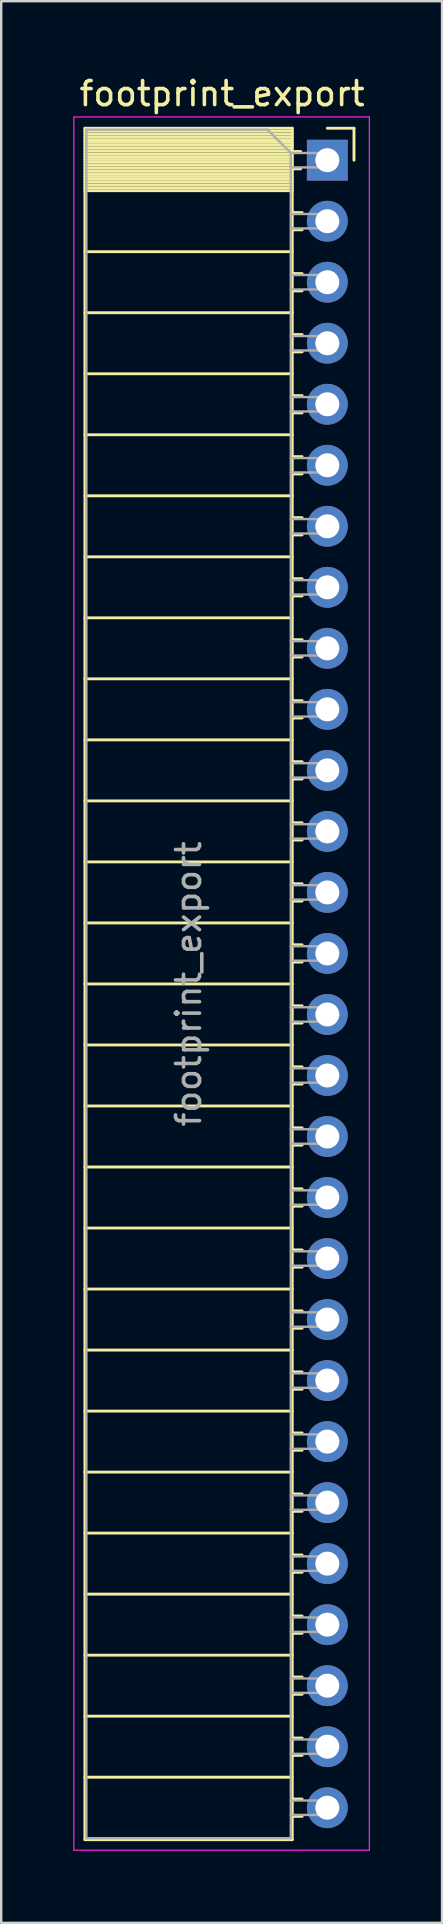
<source format=kicad_pcb>
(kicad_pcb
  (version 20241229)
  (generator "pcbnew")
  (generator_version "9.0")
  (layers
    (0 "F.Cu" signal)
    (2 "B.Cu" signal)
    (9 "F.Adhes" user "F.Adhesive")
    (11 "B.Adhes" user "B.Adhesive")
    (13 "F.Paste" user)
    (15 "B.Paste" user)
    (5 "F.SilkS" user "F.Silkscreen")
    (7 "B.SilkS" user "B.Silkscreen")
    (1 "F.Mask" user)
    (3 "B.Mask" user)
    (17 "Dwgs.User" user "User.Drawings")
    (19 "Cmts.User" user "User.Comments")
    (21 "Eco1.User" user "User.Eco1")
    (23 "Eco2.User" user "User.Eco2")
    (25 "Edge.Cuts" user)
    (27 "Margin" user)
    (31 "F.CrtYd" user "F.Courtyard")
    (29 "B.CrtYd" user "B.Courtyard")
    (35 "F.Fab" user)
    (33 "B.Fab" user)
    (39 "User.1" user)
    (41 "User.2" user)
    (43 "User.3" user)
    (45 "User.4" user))
  (footprint "footprint_export"
    (layer "F.Cu")
    (at 10.575 3.618)
    (property "Reference" "footprint_export" (at -4.38 -2.77 0) (layer "F.SilkS") (effects (font (size 1 1) (thickness 0.15))))
    (attr through_hole)
    (fp_line (start -10.09 -1.33) (end -10.09 69.91) (stroke (width 0.12) (type solid)) (layer "F.SilkS"))
    (fp_line (start -10.09 -1.33) (end -1.46 -1.33) (stroke (width 0.12) (type solid)) (layer "F.SilkS"))
    (fp_line (start -10.09 -1.21) (end -1.46 -1.21) (stroke (width 0.12) (type solid)) (layer "F.SilkS"))
    (fp_line (start -10.09 -1.092) (end -1.46 -1.092) (stroke (width 0.12) (type solid)) (layer "F.SilkS"))
    (fp_line (start -10.09 -0.974) (end -1.46 -0.974) (stroke (width 0.12) (type solid)) (layer "F.SilkS"))
    (fp_line (start -10.09 -0.856) (end -1.46 -0.856) (stroke (width 0.12) (type solid)) (layer "F.SilkS"))
    (fp_line (start -10.09 -0.738) (end -1.46 -0.738) (stroke (width 0.12) (type solid)) (layer "F.SilkS"))
    (fp_line (start -10.09 -0.62) (end -1.46 -0.62) (stroke (width 0.12) (type solid)) (layer "F.SilkS"))
    (fp_line (start -10.09 -0.501) (end -1.46 -0.501) (stroke (width 0.12) (type solid)) (layer "F.SilkS"))
    (fp_line (start -10.09 -0.383) (end -1.46 -0.383) (stroke (width 0.12) (type solid)) (layer "F.SilkS"))
    (fp_line (start -10.09 -0.265) (end -1.46 -0.265) (stroke (width 0.12) (type solid)) (layer "F.SilkS"))
    (fp_line (start -10.09 -0.147) (end -1.46 -0.147) (stroke (width 0.12) (type solid)) (layer "F.SilkS"))
    (fp_line (start -10.09 -0.029) (end -1.46 -0.029) (stroke (width 0.12) (type solid)) (layer "F.SilkS"))
    (fp_line (start -10.09 0.089) (end -1.46 0.089) (stroke (width 0.12) (type solid)) (layer "F.SilkS"))
    (fp_line (start -10.09 0.207) (end -1.46 0.207) (stroke (width 0.12) (type solid)) (layer "F.SilkS"))
    (fp_line (start -10.09 0.325) (end -1.46 0.325) (stroke (width 0.12) (type solid)) (layer "F.SilkS"))
    (fp_line (start -10.09 0.443) (end -1.46 0.443) (stroke (width 0.12) (type solid)) (layer "F.SilkS"))
    (fp_line (start -10.09 0.561) (end -1.46 0.561) (stroke (width 0.12) (type solid)) (layer "F.SilkS"))
    (fp_line (start -10.09 0.68) (end -1.46 0.68) (stroke (width 0.12) (type solid)) (layer "F.SilkS"))
    (fp_line (start -10.09 0.798) (end -1.46 0.798) (stroke (width 0.12) (type solid)) (layer "F.SilkS"))
    (fp_line (start -10.09 0.916) (end -1.46 0.916) (stroke (width 0.12) (type solid)) (layer "F.SilkS"))
    (fp_line (start -10.09 1.034) (end -1.46 1.034) (stroke (width 0.12) (type solid)) (layer "F.SilkS"))
    (fp_line (start -10.09 1.152) (end -1.46 1.152) (stroke (width 0.12) (type solid)) (layer "F.SilkS"))
    (fp_line (start -10.09 1.27) (end -1.46 1.27) (stroke (width 0.12) (type solid)) (layer "F.SilkS"))
    (fp_line (start -10.09 3.81) (end -1.46 3.81) (stroke (width 0.12) (type solid)) (layer "F.SilkS"))
    (fp_line (start -10.09 6.35) (end -1.46 6.35) (stroke (width 0.12) (type solid)) (layer "F.SilkS"))
    (fp_line (start -10.09 8.89) (end -1.46 8.89) (stroke (width 0.12) (type solid)) (layer "F.SilkS"))
    (fp_line (start -10.09 11.43) (end -1.46 11.43) (stroke (width 0.12) (type solid)) (layer "F.SilkS"))
    (fp_line (start -10.09 13.97) (end -1.46 13.97) (stroke (width 0.12) (type solid)) (layer "F.SilkS"))
    (fp_line (start -10.09 16.51) (end -1.46 16.51) (stroke (width 0.12) (type solid)) (layer "F.SilkS"))
    (fp_line (start -10.09 19.05) (end -1.46 19.05) (stroke (width 0.12) (type solid)) (layer "F.SilkS"))
    (fp_line (start -10.09 21.59) (end -1.46 21.59) (stroke (width 0.12) (type solid)) (layer "F.SilkS"))
    (fp_line (start -10.09 24.13) (end -1.46 24.13) (stroke (width 0.12) (type solid)) (layer "F.SilkS"))
    (fp_line (start -10.09 26.67) (end -1.46 26.67) (stroke (width 0.12) (type solid)) (layer "F.SilkS"))
    (fp_line (start -10.09 29.21) (end -1.46 29.21) (stroke (width 0.12) (type solid)) (layer "F.SilkS"))
    (fp_line (start -10.09 31.75) (end -1.46 31.75) (stroke (width 0.12) (type solid)) (layer "F.SilkS"))
    (fp_line (start -10.09 34.29) (end -1.46 34.29) (stroke (width 0.12) (type solid)) (layer "F.SilkS"))
    (fp_line (start -10.09 36.83) (end -1.46 36.83) (stroke (width 0.12) (type solid)) (layer "F.SilkS"))
    (fp_line (start -10.09 39.37) (end -1.46 39.37) (stroke (width 0.12) (type solid)) (layer "F.SilkS"))
    (fp_line (start -10.09 41.91) (end -1.46 41.91) (stroke (width 0.12) (type solid)) (layer "F.SilkS"))
    (fp_line (start -10.09 44.45) (end -1.46 44.45) (stroke (width 0.12) (type solid)) (layer "F.SilkS"))
    (fp_line (start -10.09 46.99) (end -1.46 46.99) (stroke (width 0.12) (type solid)) (layer "F.SilkS"))
    (fp_line (start -10.09 49.53) (end -1.46 49.53) (stroke (width 0.12) (type solid)) (layer "F.SilkS"))
    (fp_line (start -10.09 52.07) (end -1.46 52.07) (stroke (width 0.12) (type solid)) (layer "F.SilkS"))
    (fp_line (start -10.09 54.61) (end -1.46 54.61) (stroke (width 0.12) (type solid)) (layer "F.SilkS"))
    (fp_line (start -10.09 57.15) (end -1.46 57.15) (stroke (width 0.12) (type solid)) (layer "F.SilkS"))
    (fp_line (start -10.09 59.69) (end -1.46 59.69) (stroke (width 0.12) (type solid)) (layer "F.SilkS"))
    (fp_line (start -10.09 62.23) (end -1.46 62.23) (stroke (width 0.12) (type solid)) (layer "F.SilkS"))
    (fp_line (start -10.09 64.77) (end -1.46 64.77) (stroke (width 0.12) (type solid)) (layer "F.SilkS"))
    (fp_line (start -10.09 67.31) (end -1.46 67.31) (stroke (width 0.12) (type solid)) (layer "F.SilkS"))
    (fp_line (start -10.09 69.91) (end -1.46 69.91) (stroke (width 0.12) (type solid)) (layer "F.SilkS"))
    (fp_line (start -1.46 -1.33) (end -1.46 69.91) (stroke (width 0.12) (type solid)) (layer "F.SilkS"))
    (fp_line (start -1.46 -0.36) (end -1.11 -0.36) (stroke (width 0.12) (type solid)) (layer "F.SilkS"))
    (fp_line (start -1.46 0.36) (end -1.11 0.36) (stroke (width 0.12) (type solid)) (layer "F.SilkS"))
    (fp_line (start -1.46 2.18) (end -1.05 2.18) (stroke (width 0.12) (type solid)) (layer "F.SilkS"))
    (fp_line (start -1.46 2.9) (end -1.05 2.9) (stroke (width 0.12) (type solid)) (layer "F.SilkS"))
    (fp_line (start -1.46 4.72) (end -1.05 4.72) (stroke (width 0.12) (type solid)) (layer "F.SilkS"))
    (fp_line (start -1.46 5.44) (end -1.05 5.44) (stroke (width 0.12) (type solid)) (layer "F.SilkS"))
    (fp_line (start -1.46 7.26) (end -1.05 7.26) (stroke (width 0.12) (type solid)) (layer "F.SilkS"))
    (fp_line (start -1.46 7.98) (end -1.05 7.98) (stroke (width 0.12) (type solid)) (layer "F.SilkS"))
    (fp_line (start -1.46 9.8) (end -1.05 9.8) (stroke (width 0.12) (type solid)) (layer "F.SilkS"))
    (fp_line (start -1.46 10.52) (end -1.05 10.52) (stroke (width 0.12) (type solid)) (layer "F.SilkS"))
    (fp_line (start -1.46 12.34) (end -1.05 12.34) (stroke (width 0.12) (type solid)) (layer "F.SilkS"))
    (fp_line (start -1.46 13.06) (end -1.05 13.06) (stroke (width 0.12) (type solid)) (layer "F.SilkS"))
    (fp_line (start -1.46 14.88) (end -1.05 14.88) (stroke (width 0.12) (type solid)) (layer "F.SilkS"))
    (fp_line (start -1.46 15.6) (end -1.05 15.6) (stroke (width 0.12) (type solid)) (layer "F.SilkS"))
    (fp_line (start -1.46 17.42) (end -1.05 17.42) (stroke (width 0.12) (type solid)) (layer "F.SilkS"))
    (fp_line (start -1.46 18.14) (end -1.05 18.14) (stroke (width 0.12) (type solid)) (layer "F.SilkS"))
    (fp_line (start -1.46 19.96) (end -1.05 19.96) (stroke (width 0.12) (type solid)) (layer "F.SilkS"))
    (fp_line (start -1.46 20.68) (end -1.05 20.68) (stroke (width 0.12) (type solid)) (layer "F.SilkS"))
    (fp_line (start -1.46 22.5) (end -1.05 22.5) (stroke (width 0.12) (type solid)) (layer "F.SilkS"))
    (fp_line (start -1.46 23.22) (end -1.05 23.22) (stroke (width 0.12) (type solid)) (layer "F.SilkS"))
    (fp_line (start -1.46 25.04) (end -1.05 25.04) (stroke (width 0.12) (type solid)) (layer "F.SilkS"))
    (fp_line (start -1.46 25.76) (end -1.05 25.76) (stroke (width 0.12) (type solid)) (layer "F.SilkS"))
    (fp_line (start -1.46 27.58) (end -1.05 27.58) (stroke (width 0.12) (type solid)) (layer "F.SilkS"))
    (fp_line (start -1.46 28.3) (end -1.05 28.3) (stroke (width 0.12) (type solid)) (layer "F.SilkS"))
    (fp_line (start -1.46 30.12) (end -1.05 30.12) (stroke (width 0.12) (type solid)) (layer "F.SilkS"))
    (fp_line (start -1.46 30.84) (end -1.05 30.84) (stroke (width 0.12) (type solid)) (layer "F.SilkS"))
    (fp_line (start -1.46 32.66) (end -1.05 32.66) (stroke (width 0.12) (type solid)) (layer "F.SilkS"))
    (fp_line (start -1.46 33.38) (end -1.05 33.38) (stroke (width 0.12) (type solid)) (layer "F.SilkS"))
    (fp_line (start -1.46 35.2) (end -1.05 35.2) (stroke (width 0.12) (type solid)) (layer "F.SilkS"))
    (fp_line (start -1.46 35.92) (end -1.05 35.92) (stroke (width 0.12) (type solid)) (layer "F.SilkS"))
    (fp_line (start -1.46 37.74) (end -1.05 37.74) (stroke (width 0.12) (type solid)) (layer "F.SilkS"))
    (fp_line (start -1.46 38.46) (end -1.05 38.46) (stroke (width 0.12) (type solid)) (layer "F.SilkS"))
    (fp_line (start -1.46 40.28) (end -1.05 40.28) (stroke (width 0.12) (type solid)) (layer "F.SilkS"))
    (fp_line (start -1.46 41) (end -1.05 41) (stroke (width 0.12) (type solid)) (layer "F.SilkS"))
    (fp_line (start -1.46 42.82) (end -1.05 42.82) (stroke (width 0.12) (type solid)) (layer "F.SilkS"))
    (fp_line (start -1.46 43.54) (end -1.05 43.54) (stroke (width 0.12) (type solid)) (layer "F.SilkS"))
    (fp_line (start -1.46 45.36) (end -1.05 45.36) (stroke (width 0.12) (type solid)) (layer "F.SilkS"))
    (fp_line (start -1.46 46.08) (end -1.05 46.08) (stroke (width 0.12) (type solid)) (layer "F.SilkS"))
    (fp_line (start -1.46 47.9) (end -1.05 47.9) (stroke (width 0.12) (type solid)) (layer "F.SilkS"))
    (fp_line (start -1.46 48.62) (end -1.05 48.62) (stroke (width 0.12) (type solid)) (layer "F.SilkS"))
    (fp_line (start -1.46 50.44) (end -1.05 50.44) (stroke (width 0.12) (type solid)) (layer "F.SilkS"))
    (fp_line (start -1.46 51.16) (end -1.05 51.16) (stroke (width 0.12) (type solid)) (layer "F.SilkS"))
    (fp_line (start -1.46 52.98) (end -1.05 52.98) (stroke (width 0.12) (type solid)) (layer "F.SilkS"))
    (fp_line (start -1.46 53.7) (end -1.05 53.7) (stroke (width 0.12) (type solid)) (layer "F.SilkS"))
    (fp_line (start -1.46 55.52) (end -1.05 55.52) (stroke (width 0.12) (type solid)) (layer "F.SilkS"))
    (fp_line (start -1.46 56.24) (end -1.05 56.24) (stroke (width 0.12) (type solid)) (layer "F.SilkS"))
    (fp_line (start -1.46 58.06) (end -1.05 58.06) (stroke (width 0.12) (type solid)) (layer "F.SilkS"))
    (fp_line (start -1.46 58.78) (end -1.05 58.78) (stroke (width 0.12) (type solid)) (layer "F.SilkS"))
    (fp_line (start -1.46 60.6) (end -1.05 60.6) (stroke (width 0.12) (type solid)) (layer "F.SilkS"))
    (fp_line (start -1.46 61.32) (end -1.05 61.32) (stroke (width 0.12) (type solid)) (layer "F.SilkS"))
    (fp_line (start -1.46 63.14) (end -1.05 63.14) (stroke (width 0.12) (type solid)) (layer "F.SilkS"))
    (fp_line (start -1.46 63.86) (end -1.05 63.86) (stroke (width 0.12) (type solid)) (layer "F.SilkS"))
    (fp_line (start -1.46 65.68) (end -1.05 65.68) (stroke (width 0.12) (type solid)) (layer "F.SilkS"))
    (fp_line (start -1.46 66.4) (end -1.05 66.4) (stroke (width 0.12) (type solid)) (layer "F.SilkS"))
    (fp_line (start -1.46 68.22) (end -1.05 68.22) (stroke (width 0.12) (type solid)) (layer "F.SilkS"))
    (fp_line (start -1.46 68.94) (end -1.05 68.94) (stroke (width 0.12) (type solid)) (layer "F.SilkS"))
    (fp_line (start 0 -1.33) (end 1.11 -1.33) (stroke (width 0.12) (type solid)) (layer "F.SilkS"))
    (fp_line (start 1.11 -1.33) (end 1.11 0) (stroke (width 0.12) (type solid)) (layer "F.SilkS"))
    (fp_line (start -10.55 -1.8) (end -10.55 70.35) (stroke (width 0.05) (type solid)) (layer "F.CrtYd"))
    (fp_line (start -10.55 70.35) (end 1.75 70.35) (stroke (width 0.05) (type solid)) (layer "F.CrtYd"))
    (fp_line (start 1.75 -1.8) (end -10.55 -1.8) (stroke (width 0.05) (type solid)) (layer "F.CrtYd"))
    (fp_line (start 1.75 70.35) (end 1.75 -1.8) (stroke (width 0.05) (type solid)) (layer "F.CrtYd"))
    (fp_line (start -10.03 -1.27) (end -2.49 -1.27) (stroke (width 0.1) (type solid)) (layer "F.Fab"))
    (fp_line (start -10.03 69.85) (end -10.03 -1.27) (stroke (width 0.1) (type solid)) (layer "F.Fab"))
    (fp_line (start -2.49 -1.27) (end -1.52 -0.3) (stroke (width 0.1) (type solid)) (layer "F.Fab"))
    (fp_line (start -1.52 -0.3) (end -1.52 69.85) (stroke (width 0.1) (type solid)) (layer "F.Fab"))
    (fp_line (start -1.52 0.3) (end 0 0.3) (stroke (width 0.1) (type solid)) (layer "F.Fab"))
    (fp_line (start -1.52 2.84) (end 0 2.84) (stroke (width 0.1) (type solid)) (layer "F.Fab"))
    (fp_line (start -1.52 5.38) (end 0 5.38) (stroke (width 0.1) (type solid)) (layer "F.Fab"))
    (fp_line (start -1.52 7.92) (end 0 7.92) (stroke (width 0.1) (type solid)) (layer "F.Fab"))
    (fp_line (start -1.52 10.46) (end 0 10.46) (stroke (width 0.1) (type solid)) (layer "F.Fab"))
    (fp_line (start -1.52 13) (end 0 13) (stroke (width 0.1) (type solid)) (layer "F.Fab"))
    (fp_line (start -1.52 15.54) (end 0 15.54) (stroke (width 0.1) (type solid)) (layer "F.Fab"))
    (fp_line (start -1.52 18.08) (end 0 18.08) (stroke (width 0.1) (type solid)) (layer "F.Fab"))
    (fp_line (start -1.52 20.62) (end 0 20.62) (stroke (width 0.1) (type solid)) (layer "F.Fab"))
    (fp_line (start -1.52 23.16) (end 0 23.16) (stroke (width 0.1) (type solid)) (layer "F.Fab"))
    (fp_line (start -1.52 25.7) (end 0 25.7) (stroke (width 0.1) (type solid)) (layer "F.Fab"))
    (fp_line (start -1.52 28.24) (end 0 28.24) (stroke (width 0.1) (type solid)) (layer "F.Fab"))
    (fp_line (start -1.52 30.78) (end 0 30.78) (stroke (width 0.1) (type solid)) (layer "F.Fab"))
    (fp_line (start -1.52 33.32) (end 0 33.32) (stroke (width 0.1) (type solid)) (layer "F.Fab"))
    (fp_line (start -1.52 35.86) (end 0 35.86) (stroke (width 0.1) (type solid)) (layer "F.Fab"))
    (fp_line (start -1.52 38.4) (end 0 38.4) (stroke (width 0.1) (type solid)) (layer "F.Fab"))
    (fp_line (start -1.52 40.94) (end 0 40.94) (stroke (width 0.1) (type solid)) (layer "F.Fab"))
    (fp_line (start -1.52 43.48) (end 0 43.48) (stroke (width 0.1) (type solid)) (layer "F.Fab"))
    (fp_line (start -1.52 46.02) (end 0 46.02) (stroke (width 0.1) (type solid)) (layer "F.Fab"))
    (fp_line (start -1.52 48.56) (end 0 48.56) (stroke (width 0.1) (type solid)) (layer "F.Fab"))
    (fp_line (start -1.52 51.1) (end 0 51.1) (stroke (width 0.1) (type solid)) (layer "F.Fab"))
    (fp_line (start -1.52 53.64) (end 0 53.64) (stroke (width 0.1) (type solid)) (layer "F.Fab"))
    (fp_line (start -1.52 56.18) (end 0 56.18) (stroke (width 0.1) (type solid)) (layer "F.Fab"))
    (fp_line (start -1.52 58.72) (end 0 58.72) (stroke (width 0.1) (type solid)) (layer "F.Fab"))
    (fp_line (start -1.52 61.26) (end 0 61.26) (stroke (width 0.1) (type solid)) (layer "F.Fab"))
    (fp_line (start -1.52 63.8) (end 0 63.8) (stroke (width 0.1) (type solid)) (layer "F.Fab"))
    (fp_line (start -1.52 66.34) (end 0 66.34) (stroke (width 0.1) (type solid)) (layer "F.Fab"))
    (fp_line (start -1.52 68.88) (end 0 68.88) (stroke (width 0.1) (type solid)) (layer "F.Fab"))
    (fp_line (start -1.52 69.85) (end -10.03 69.85) (stroke (width 0.1) (type solid)) (layer "F.Fab"))
    (fp_line (start 0 -0.3) (end -1.52 -0.3) (stroke (width 0.1) (type solid)) (layer "F.Fab"))
    (fp_line (start 0 0.3) (end 0 -0.3) (stroke (width 0.1) (type solid)) (layer "F.Fab"))
    (fp_line (start 0 2.24) (end -1.52 2.24) (stroke (width 0.1) (type solid)) (layer "F.Fab"))
    (fp_line (start 0 2.84) (end 0 2.24) (stroke (width 0.1) (type solid)) (layer "F.Fab"))
    (fp_line (start 0 4.78) (end -1.52 4.78) (stroke (width 0.1) (type solid)) (layer "F.Fab"))
    (fp_line (start 0 5.38) (end 0 4.78) (stroke (width 0.1) (type solid)) (layer "F.Fab"))
    (fp_line (start 0 7.32) (end -1.52 7.32) (stroke (width 0.1) (type solid)) (layer "F.Fab"))
    (fp_line (start 0 7.92) (end 0 7.32) (stroke (width 0.1) (type solid)) (layer "F.Fab"))
    (fp_line (start 0 9.86) (end -1.52 9.86) (stroke (width 0.1) (type solid)) (layer "F.Fab"))
    (fp_line (start 0 10.46) (end 0 9.86) (stroke (width 0.1) (type solid)) (layer "F.Fab"))
    (fp_line (start 0 12.4) (end -1.52 12.4) (stroke (width 0.1) (type solid)) (layer "F.Fab"))
    (fp_line (start 0 13) (end 0 12.4) (stroke (width 0.1) (type solid)) (layer "F.Fab"))
    (fp_line (start 0 14.94) (end -1.52 14.94) (stroke (width 0.1) (type solid)) (layer "F.Fab"))
    (fp_line (start 0 15.54) (end 0 14.94) (stroke (width 0.1) (type solid)) (layer "F.Fab"))
    (fp_line (start 0 17.48) (end -1.52 17.48) (stroke (width 0.1) (type solid)) (layer "F.Fab"))
    (fp_line (start 0 18.08) (end 0 17.48) (stroke (width 0.1) (type solid)) (layer "F.Fab"))
    (fp_line (start 0 20.02) (end -1.52 20.02) (stroke (width 0.1) (type solid)) (layer "F.Fab"))
    (fp_line (start 0 20.62) (end 0 20.02) (stroke (width 0.1) (type solid)) (layer "F.Fab"))
    (fp_line (start 0 22.56) (end -1.52 22.56) (stroke (width 0.1) (type solid)) (layer "F.Fab"))
    (fp_line (start 0 23.16) (end 0 22.56) (stroke (width 0.1) (type solid)) (layer "F.Fab"))
    (fp_line (start 0 25.1) (end -1.52 25.1) (stroke (width 0.1) (type solid)) (layer "F.Fab"))
    (fp_line (start 0 25.7) (end 0 25.1) (stroke (width 0.1) (type solid)) (layer "F.Fab"))
    (fp_line (start 0 27.64) (end -1.52 27.64) (stroke (width 0.1) (type solid)) (layer "F.Fab"))
    (fp_line (start 0 28.24) (end 0 27.64) (stroke (width 0.1) (type solid)) (layer "F.Fab"))
    (fp_line (start 0 30.18) (end -1.52 30.18) (stroke (width 0.1) (type solid)) (layer "F.Fab"))
    (fp_line (start 0 30.78) (end 0 30.18) (stroke (width 0.1) (type solid)) (layer "F.Fab"))
    (fp_line (start 0 32.72) (end -1.52 32.72) (stroke (width 0.1) (type solid)) (layer "F.Fab"))
    (fp_line (start 0 33.32) (end 0 32.72) (stroke (width 0.1) (type solid)) (layer "F.Fab"))
    (fp_line (start 0 35.26) (end -1.52 35.26) (stroke (width 0.1) (type solid)) (layer "F.Fab"))
    (fp_line (start 0 35.86) (end 0 35.26) (stroke (width 0.1) (type solid)) (layer "F.Fab"))
    (fp_line (start 0 37.8) (end -1.52 37.8) (stroke (width 0.1) (type solid)) (layer "F.Fab"))
    (fp_line (start 0 38.4) (end 0 37.8) (stroke (width 0.1) (type solid)) (layer "F.Fab"))
    (fp_line (start 0 40.34) (end -1.52 40.34) (stroke (width 0.1) (type solid)) (layer "F.Fab"))
    (fp_line (start 0 40.94) (end 0 40.34) (stroke (width 0.1) (type solid)) (layer "F.Fab"))
    (fp_line (start 0 42.88) (end -1.52 42.88) (stroke (width 0.1) (type solid)) (layer "F.Fab"))
    (fp_line (start 0 43.48) (end 0 42.88) (stroke (width 0.1) (type solid)) (layer "F.Fab"))
    (fp_line (start 0 45.42) (end -1.52 45.42) (stroke (width 0.1) (type solid)) (layer "F.Fab"))
    (fp_line (start 0 46.02) (end 0 45.42) (stroke (width 0.1) (type solid)) (layer "F.Fab"))
    (fp_line (start 0 47.96) (end -1.52 47.96) (stroke (width 0.1) (type solid)) (layer "F.Fab"))
    (fp_line (start 0 48.56) (end 0 47.96) (stroke (width 0.1) (type solid)) (layer "F.Fab"))
    (fp_line (start 0 50.5) (end -1.52 50.5) (stroke (width 0.1) (type solid)) (layer "F.Fab"))
    (fp_line (start 0 51.1) (end 0 50.5) (stroke (width 0.1) (type solid)) (layer "F.Fab"))
    (fp_line (start 0 53.04) (end -1.52 53.04) (stroke (width 0.1) (type solid)) (layer "F.Fab"))
    (fp_line (start 0 53.64) (end 0 53.04) (stroke (width 0.1) (type solid)) (layer "F.Fab"))
    (fp_line (start 0 55.58) (end -1.52 55.58) (stroke (width 0.1) (type solid)) (layer "F.Fab"))
    (fp_line (start 0 56.18) (end 0 55.58) (stroke (width 0.1) (type solid)) (layer "F.Fab"))
    (fp_line (start 0 58.12) (end -1.52 58.12) (stroke (width 0.1) (type solid)) (layer "F.Fab"))
    (fp_line (start 0 58.72) (end 0 58.12) (stroke (width 0.1) (type solid)) (layer "F.Fab"))
    (fp_line (start 0 60.66) (end -1.52 60.66) (stroke (width 0.1) (type solid)) (layer "F.Fab"))
    (fp_line (start 0 61.26) (end 0 60.66) (stroke (width 0.1) (type solid)) (layer "F.Fab"))
    (fp_line (start 0 63.2) (end -1.52 63.2) (stroke (width 0.1) (type solid)) (layer "F.Fab"))
    (fp_line (start 0 63.8) (end 0 63.2) (stroke (width 0.1) (type solid)) (layer "F.Fab"))
    (fp_line (start 0 65.74) (end -1.52 65.74) (stroke (width 0.1) (type solid)) (layer "F.Fab"))
    (fp_line (start 0 66.34) (end 0 65.74) (stroke (width 0.1) (type solid)) (layer "F.Fab"))
    (fp_line (start 0 68.28) (end -1.52 68.28) (stroke (width 0.1) (type solid)) (layer "F.Fab"))
    (fp_line (start 0 68.88) (end 0 68.28) (stroke (width 0.1) (type solid)) (layer "F.Fab"))
    (fp_text user "${REFERENCE}" (at -5.775 34.29 90) (layer "F.Fab") (effects (font (size 1 1) (thickness 0.15))))
    (pad "1" thru_hole rect (at 0 0) (size 1.7 1.7) (drill 1) (layers "*.Cu" "*.Mask"))
    (pad "2" thru_hole oval (at 0 2.54) (size 1.7 1.7) (drill 1) (layers "*.Cu" "*.Mask"))
    (pad "3" thru_hole oval (at 0 5.08) (size 1.7 1.7) (drill 1) (layers "*.Cu" "*.Mask"))
    (pad "4" thru_hole oval (at 0 7.62) (size 1.7 1.7) (drill 1) (layers "*.Cu" "*.Mask"))
    (pad "5" thru_hole oval (at 0 10.16) (size 1.7 1.7) (drill 1) (layers "*.Cu" "*.Mask"))
    (pad "6" thru_hole oval (at 0 12.7) (size 1.7 1.7) (drill 1) (layers "*.Cu" "*.Mask"))
    (pad "7" thru_hole oval (at 0 15.24) (size 1.7 1.7) (drill 1) (layers "*.Cu" "*.Mask"))
    (pad "8" thru_hole oval (at 0 17.78) (size 1.7 1.7) (drill 1) (layers "*.Cu" "*.Mask"))
    (pad "9" thru_hole oval (at 0 20.32) (size 1.7 1.7) (drill 1) (layers "*.Cu" "*.Mask"))
    (pad "10" thru_hole oval (at 0 22.86) (size 1.7 1.7) (drill 1) (layers "*.Cu" "*.Mask"))
    (pad "11" thru_hole oval (at 0 25.4) (size 1.7 1.7) (drill 1) (layers "*.Cu" "*.Mask"))
    (pad "12" thru_hole oval (at 0 27.94) (size 1.7 1.7) (drill 1) (layers "*.Cu" "*.Mask"))
    (pad "13" thru_hole oval (at 0 30.48) (size 1.7 1.7) (drill 1) (layers "*.Cu" "*.Mask"))
    (pad "14" thru_hole oval (at 0 33.02) (size 1.7 1.7) (drill 1) (layers "*.Cu" "*.Mask"))
    (pad "15" thru_hole oval (at 0 35.56) (size 1.7 1.7) (drill 1) (layers "*.Cu" "*.Mask"))
    (pad "16" thru_hole oval (at 0 38.1) (size 1.7 1.7) (drill 1) (layers "*.Cu" "*.Mask"))
    (pad "17" thru_hole oval (at 0 40.64) (size 1.7 1.7) (drill 1) (layers "*.Cu" "*.Mask"))
    (pad "18" thru_hole oval (at 0 43.18) (size 1.7 1.7) (drill 1) (layers "*.Cu" "*.Mask"))
    (pad "19" thru_hole oval (at 0 45.72) (size 1.7 1.7) (drill 1) (layers "*.Cu" "*.Mask"))
    (pad "20" thru_hole oval (at 0 48.26) (size 1.7 1.7) (drill 1) (layers "*.Cu" "*.Mask"))
    (pad "21" thru_hole oval (at 0 50.8) (size 1.7 1.7) (drill 1) (layers "*.Cu" "*.Mask"))
    (pad "22" thru_hole oval (at 0 53.34) (size 1.7 1.7) (drill 1) (layers "*.Cu" "*.Mask"))
    (pad "23" thru_hole oval (at 0 55.88) (size 1.7 1.7) (drill 1) (layers "*.Cu" "*.Mask"))
    (pad "24" thru_hole oval (at 0 58.42) (size 1.7 1.7) (drill 1) (layers "*.Cu" "*.Mask"))
    (pad "25" thru_hole oval (at 0 60.96) (size 1.7 1.7) (drill 1) (layers "*.Cu" "*.Mask"))
    (pad "26" thru_hole oval (at 0 63.5) (size 1.7 1.7) (drill 1) (layers "*.Cu" "*.Mask"))
    (pad "27" thru_hole oval (at 0 66.04) (size 1.7 1.7) (drill 1) (layers "*.Cu" "*.Mask"))
    (pad "28" thru_hole oval (at 0 68.58) (size 1.7 1.7) (drill 1) (layers "*.Cu" "*.Mask")))
  (gr_rect
    (start -3 -3)
    (end 15.35 76.993)
    (stroke (width 0.1) (type default))
    (fill no)
    (layer "Edge.Cuts")))
</source>
